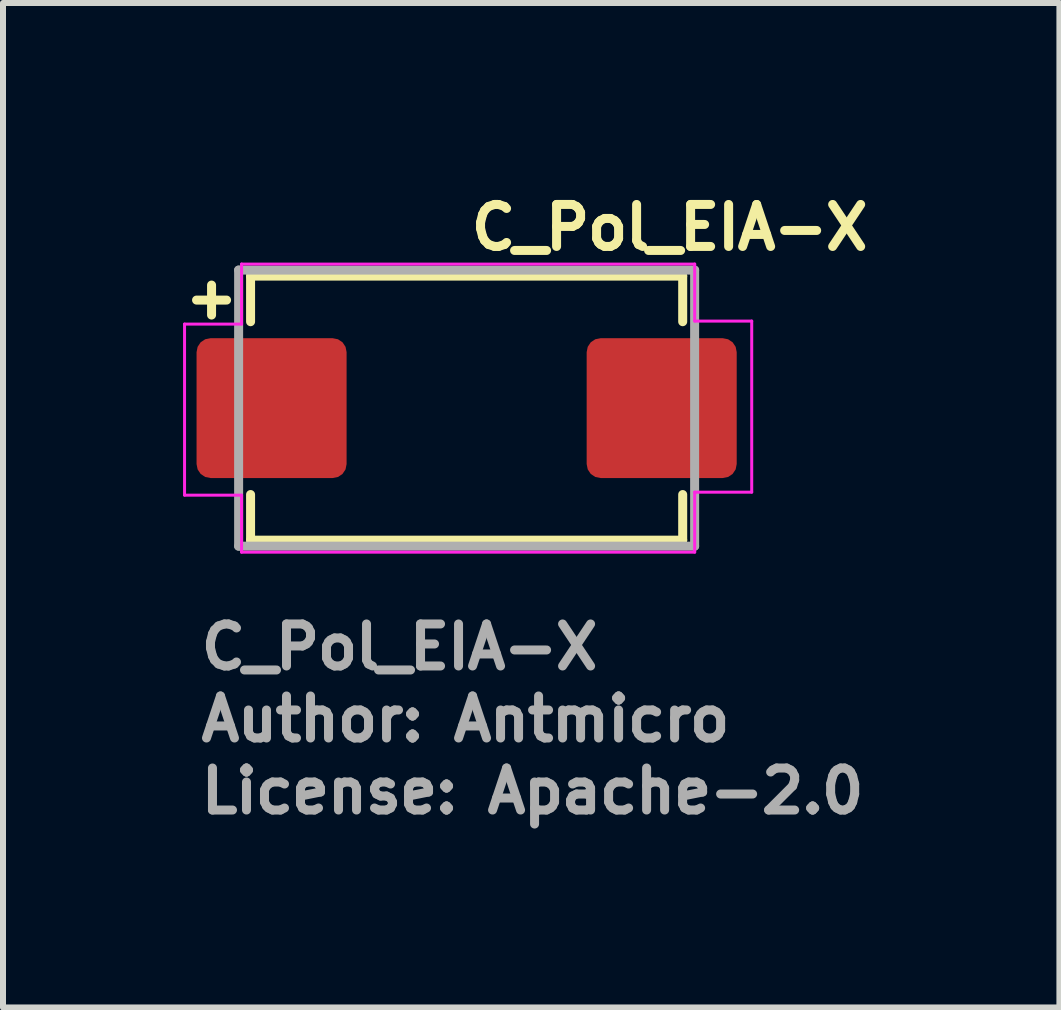
<source format=kicad_pcb>
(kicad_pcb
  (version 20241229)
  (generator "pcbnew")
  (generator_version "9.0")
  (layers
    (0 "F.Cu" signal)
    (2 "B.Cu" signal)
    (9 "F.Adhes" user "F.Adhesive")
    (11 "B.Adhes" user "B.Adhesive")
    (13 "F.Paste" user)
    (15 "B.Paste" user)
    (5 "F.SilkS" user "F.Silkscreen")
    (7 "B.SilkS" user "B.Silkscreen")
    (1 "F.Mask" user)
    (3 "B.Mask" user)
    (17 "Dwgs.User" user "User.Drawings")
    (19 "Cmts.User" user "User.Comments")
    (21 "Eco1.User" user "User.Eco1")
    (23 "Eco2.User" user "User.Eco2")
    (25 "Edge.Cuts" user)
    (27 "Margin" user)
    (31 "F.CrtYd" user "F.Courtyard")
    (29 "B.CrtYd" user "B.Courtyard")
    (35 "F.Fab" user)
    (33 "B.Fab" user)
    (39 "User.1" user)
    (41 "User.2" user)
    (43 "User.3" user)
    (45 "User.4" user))
  (footprint "C_Pol_EIA-X"
    (layer "F.Cu")
    (at 4.725 3.75)
    (property "Reference" "C_Pol_EIA-X" (at 0 -2.6 0) (layer "F.SilkS") (effects (font (size 0.7 0.7) (thickness 0.15)) (justify left bottom)))
    (attr smd)
    (fp_line (start -4.5 -1.8) (end -4 -1.8) (stroke (width 0.15) (type solid)) (layer "F.SilkS"))
    (fp_line (start -4.25 -2.05) (end -4.25 -1.551) (stroke (width 0.15) (type solid)) (layer "F.SilkS"))
    (fp_line (start -3.6 -2.2) (end 3.6 -2.2) (stroke (width 0.15) (type solid)) (layer "F.SilkS"))
    (fp_line (start -3.6 -1.44) (end -3.6 -2.2) (stroke (width 0.15) (type solid)) (layer "F.SilkS"))
    (fp_line (start -3.6 2.2) (end -3.6 1.44) (stroke (width 0.15) (type solid)) (layer "F.SilkS"))
    (fp_line (start -3.6 2.2) (end 3.6 2.2) (stroke (width 0.15) (type solid)) (layer "F.SilkS"))
    (fp_line (start 3.6 -1.44) (end 3.6 -2.2) (stroke (width 0.15) (type solid)) (layer "F.SilkS"))
    (fp_line (start 3.6 2.2) (end 3.6 1.44) (stroke (width 0.15) (type solid)) (layer "F.SilkS"))
    (fp_line (start -4.7 -1.4) (end -4.7 1.45) (stroke (width 0.05) (type solid)) (layer "F.CrtYd"))
    (fp_line (start -4.7 -1.4) (end -3.75 -1.4) (stroke (width 0.05) (type solid)) (layer "F.CrtYd"))
    (fp_line (start -3.75 -2.4) (end -3.75 -1.4) (stroke (width 0.05) (type solid)) (layer "F.CrtYd"))
    (fp_line (start -3.75 -2.4) (end 3.8 -2.4) (stroke (width 0.05) (type solid)) (layer "F.CrtYd"))
    (fp_line (start -3.75 1.45) (end -4.7 1.45) (stroke (width 0.05) (type solid)) (layer "F.CrtYd"))
    (fp_line (start -3.75 1.45) (end -3.75 2.4) (stroke (width 0.05) (type solid)) (layer "F.CrtYd"))
    (fp_line (start -3.75 2.4) (end 3.8 2.4) (stroke (width 0.05) (type solid)) (layer "F.CrtYd"))
    (fp_line (start 3.8 -1.45) (end 3.8 -2.4) (stroke (width 0.05) (type solid)) (layer "F.CrtYd"))
    (fp_line (start 3.8 -1.45) (end 4.75 -1.45) (stroke (width 0.05) (type solid)) (layer "F.CrtYd"))
    (fp_line (start 3.8 2.4) (end 3.8 1.4) (stroke (width 0.05) (type solid)) (layer "F.CrtYd"))
    (fp_line (start 4.75 1.4) (end 3.8 1.4) (stroke (width 0.05) (type solid)) (layer "F.CrtYd"))
    (fp_line (start 4.75 1.4) (end 4.75 -1.45) (stroke (width 0.05) (type solid)) (layer "F.CrtYd"))
    (fp_line (start -3.799 -2.3) (end 3.799 -2.3) (stroke (width 0.15) (type solid)) (layer "F.Fab"))
    (fp_line (start -3.799 2.3) (end -3.799 -2.3) (stroke (width 0.15) (type solid)) (layer "F.Fab"))
    (fp_line (start 3.799 -2.3) (end 3.799 2.3) (stroke (width 0.15) (type solid)) (layer "F.Fab"))
    (fp_line (start 3.799 2.3) (end -3.799 2.3) (stroke (width 0.15) (type solid)) (layer "F.Fab"))
    (fp_rect (start -3.65 -2.149) (end 3.65 2.149) (stroke (width 0.1) (type solid)) (fill no) (layer "User.5"))
    (fp_line (start -3.65 -1.2) (end -3.549 -1.2) (stroke (width 0.02) (type solid)) (layer "User.9"))
    (fp_line (start -3.65 -0.5) (end -3.65 -1.2) (stroke (width 0.02) (type solid)) (layer "User.9"))
    (fp_line (start -3.65 -0.5) (end -3.65 0.5) (stroke (width 0.02) (type solid)) (layer "User.9"))
    (fp_line (start -3.65 0.5) (end -3.549 0.5) (stroke (width 0.02) (type solid)) (layer "User.9"))
    (fp_line (start -3.65 1.05) (end -3.65 0.5) (stroke (width 0.02) (type solid)) (layer "User.9"))
    (fp_line (start -3.549 -1.2) (end -3.52 -1.2) (stroke (width 0.02) (type solid)) (layer "User.9"))
    (fp_line (start -3.549 -0.5) (end -3.65 -0.5) (stroke (width 0.02) (type solid)) (layer "User.9"))
    (fp_line (start -3.549 1.05) (end -3.65 1.05) (stroke (width 0.02) (type solid)) (layer "User.9"))
    (fp_line (start -3.52 -1.2) (end -3.519 -1.2) (stroke (width 0.02) (type solid)) (layer "User.9"))
    (fp_line (start -3.52 -0.5) (end -3.549 -0.5) (stroke (width 0.02) (type solid)) (layer "User.9"))
    (fp_line (start -3.52 -0.5) (end -3.52 -1.2) (stroke (width 0.02) (type solid)) (layer "User.9"))
    (fp_line (start -3.52 -0.5) (end -3.519 -0.5) (stroke (width 0.02) (type solid)) (layer "User.9"))
    (fp_line (start -3.52 0.5) (end -3.549 0.5) (stroke (width 0.02) (type solid)) (layer "User.9"))
    (fp_line (start -3.52 0.5) (end -3.52 -0.5) (stroke (width 0.02) (type solid)) (layer "User.9"))
    (fp_line (start -3.52 1.05) (end -3.549 1.05) (stroke (width 0.02) (type solid)) (layer "User.9"))
    (fp_line (start -3.52 1.05) (end -3.52 0.5) (stroke (width 0.02) (type solid)) (layer "User.9"))
    (fp_line (start -3.519 -2.105) (end -3.519 -2.102) (stroke (width 0.02) (type solid)) (layer "User.9"))
    (fp_line (start -3.519 -2.102) (end -3.519 -2.099) (stroke (width 0.02) (type solid)) (layer "User.9"))
    (fp_line (start -3.519 0.5) (end -3.52 0.5) (stroke (width 0.02) (type solid)) (layer "User.9"))
    (fp_line (start -3.519 1.05) (end -3.52 1.05) (stroke (width 0.02) (type solid)) (layer "User.9"))
    (fp_line (start -3.519 2.099) (end -3.519 -2.099) (stroke (width 0.02) (type solid)) (layer "User.9"))
    (fp_line (start -3.519 2.099) (end -3.519 2.102) (stroke (width 0.02) (type solid)) (layer "User.9"))
    (fp_line (start -3.519 2.102) (end -3.519 2.105) (stroke (width 0.02) (type solid)) (layer "User.9"))
    (fp_line (start -3.519 2.105) (end -3.518 2.108) (stroke (width 0.02) (type solid)) (layer "User.9"))
    (fp_line (start -3.518 -2.111) (end -3.518 -2.108) (stroke (width 0.02) (type solid)) (layer "User.9"))
    (fp_line (start -3.518 -2.108) (end -3.519 -2.105) (stroke (width 0.02) (type solid)) (layer "User.9"))
    (fp_line (start -3.518 -2.108) (end -3.518 -2.105) (stroke (width 0.02) (type solid)) (layer "User.9"))
    (fp_line (start -3.518 -2.105) (end -3.518 -2.102) (stroke (width 0.02) (type solid)) (layer "User.9"))
    (fp_line (start -3.518 -2.102) (end -3.518 -2.099) (stroke (width 0.02) (type solid)) (layer "User.9"))
    (fp_line (start -3.518 2.099) (end -3.518 2.102) (stroke (width 0.02) (type solid)) (layer "User.9"))
    (fp_line (start -3.518 2.102) (end -3.518 2.105) (stroke (width 0.02) (type solid)) (layer "User.9"))
    (fp_line (start -3.518 2.105) (end -3.518 2.108) (stroke (width 0.02) (type solid)) (layer "User.9"))
    (fp_line (start -3.518 2.108) (end -3.518 2.111) (stroke (width 0.02) (type solid)) (layer "User.9"))
    (fp_line (start -3.518 2.108) (end -3.517 2.111) (stroke (width 0.02) (type solid)) (layer "User.9"))
    (fp_line (start -3.518 2.111) (end -3.517 2.113) (stroke (width 0.02) (type solid)) (layer "User.9"))
    (fp_line (start -3.517 -2.113) (end -3.518 -2.111) (stroke (width 0.02) (type solid)) (layer "User.9"))
    (fp_line (start -3.517 -2.113) (end -3.517 -2.111) (stroke (width 0.02) (type solid)) (layer "User.9"))
    (fp_line (start -3.517 -2.111) (end -3.518 -2.108) (stroke (width 0.02) (type solid)) (layer "User.9"))
    (fp_line (start -3.517 2.111) (end -3.517 2.113) (stroke (width 0.02) (type solid)) (layer "User.9"))
    (fp_line (start -3.517 2.113) (end -3.516 2.116) (stroke (width 0.02) (type solid)) (layer "User.9"))
    (fp_line (start -3.517 2.113) (end -3.516 2.116) (stroke (width 0.02) (type solid)) (layer "User.9"))
    (fp_line (start -3.516 -2.116) (end -3.517 -2.113) (stroke (width 0.02) (type solid)) (layer "User.9"))
    (fp_line (start -3.516 -2.116) (end -3.517 -2.113) (stroke (width 0.02) (type solid)) (layer "User.9"))
    (fp_line (start -3.516 2.116) (end -3.515 2.119) (stroke (width 0.02) (type solid)) (layer "User.9"))
    (fp_line (start -3.516 2.116) (end -3.515 2.119) (stroke (width 0.02) (type solid)) (layer "User.9"))
    (fp_line (start -3.515 -2.119) (end -3.516 -2.116) (stroke (width 0.02) (type solid)) (layer "User.9"))
    (fp_line (start -3.515 -2.119) (end -3.516 -2.116) (stroke (width 0.02) (type solid)) (layer "User.9"))
    (fp_line (start -3.515 2.119) (end -3.514 2.121) (stroke (width 0.02) (type solid)) (layer "User.9"))
    (fp_line (start -3.515 2.119) (end -3.514 2.121) (stroke (width 0.02) (type solid)) (layer "User.9"))
    (fp_line (start -3.514 -2.121) (end -3.515 -2.119) (stroke (width 0.02) (type solid)) (layer "User.9"))
    (fp_line (start -3.514 -2.121) (end -3.515 -2.119) (stroke (width 0.02) (type solid)) (layer "User.9"))
    (fp_line (start -3.514 2.121) (end -3.512 2.124) (stroke (width 0.02) (type solid)) (layer "User.9"))
    (fp_line (start -3.514 2.121) (end -3.512 2.124) (stroke (width 0.02) (type solid)) (layer "User.9"))
    (fp_line (start -3.512 -2.124) (end -3.514 -2.121) (stroke (width 0.02) (type solid)) (layer "User.9"))
    (fp_line (start -3.512 -2.124) (end -3.514 -2.121) (stroke (width 0.02) (type solid)) (layer "User.9"))
    (fp_line (start -3.512 2.124) (end -3.511 2.126) (stroke (width 0.02) (type solid)) (layer "User.9"))
    (fp_line (start -3.512 2.124) (end -3.511 2.126) (stroke (width 0.02) (type solid)) (layer "User.9"))
    (fp_line (start -3.511 -2.126) (end -3.512 -2.124) (stroke (width 0.02) (type solid)) (layer "User.9"))
    (fp_line (start -3.511 -2.126) (end -3.512 -2.124) (stroke (width 0.02) (type solid)) (layer "User.9"))
    (fp_line (start -3.511 2.126) (end -3.509 2.129) (stroke (width 0.02) (type solid)) (layer "User.9"))
    (fp_line (start -3.511 2.126) (end -3.509 2.129) (stroke (width 0.02) (type solid)) (layer "User.9"))
    (fp_line (start -3.509 -2.129) (end -3.511 -2.126) (stroke (width 0.02) (type solid)) (layer "User.9"))
    (fp_line (start -3.509 -2.129) (end -3.511 -2.126) (stroke (width 0.02) (type solid)) (layer "User.9"))
    (fp_line (start -3.509 2.129) (end -3.508 2.131) (stroke (width 0.02) (type solid)) (layer "User.9"))
    (fp_line (start -3.509 2.129) (end -3.507 2.131) (stroke (width 0.02) (type solid)) (layer "User.9"))
    (fp_line (start -3.508 -2.131) (end -3.509 -2.129) (stroke (width 0.02) (type solid)) (layer "User.9"))
    (fp_line (start -3.508 2.131) (end -3.506 2.133) (stroke (width 0.02) (type solid)) (layer "User.9"))
    (fp_line (start -3.507 -2.131) (end -3.509 -2.129) (stroke (width 0.02) (type solid)) (layer "User.9"))
    (fp_line (start -3.507 2.131) (end -3.506 2.133) (stroke (width 0.02) (type solid)) (layer "User.9"))
    (fp_line (start -3.506 -2.133) (end -3.508 -2.131) (stroke (width 0.02) (type solid)) (layer "User.9"))
    (fp_line (start -3.506 -2.133) (end -3.507 -2.131) (stroke (width 0.02) (type solid)) (layer "User.9"))
    (fp_line (start -3.506 2.133) (end -3.504 2.135) (stroke (width 0.02) (type solid)) (layer "User.9"))
    (fp_line (start -3.506 2.133) (end -3.504 2.135) (stroke (width 0.02) (type solid)) (layer "User.9"))
    (fp_line (start -3.504 -2.135) (end -3.506 -2.133) (stroke (width 0.02) (type solid)) (layer "User.9"))
    (fp_line (start -3.504 -2.135) (end -3.506 -2.133) (stroke (width 0.02) (type solid)) (layer "User.9"))
    (fp_line (start -3.504 2.135) (end -3.501 2.137) (stroke (width 0.02) (type solid)) (layer "User.9"))
    (fp_line (start -3.504 2.135) (end -3.501 2.137) (stroke (width 0.02) (type solid)) (layer "User.9"))
    (fp_line (start -3.501 -2.137) (end -3.504 -2.135) (stroke (width 0.02) (type solid)) (layer "User.9"))
    (fp_line (start -3.501 -2.137) (end -3.504 -2.135) (stroke (width 0.02) (type solid)) (layer "User.9"))
    (fp_line (start -3.501 2.137) (end -3.499 2.139) (stroke (width 0.02) (type solid)) (layer "User.9"))
    (fp_line (start -3.501 2.137) (end -3.499 2.139) (stroke (width 0.02) (type solid)) (layer "User.9"))
    (fp_line (start -3.499 -2.139) (end -3.501 -2.137) (stroke (width 0.02) (type solid)) (layer "User.9"))
    (fp_line (start -3.499 -2.139) (end -3.501 -2.137) (stroke (width 0.02) (type solid)) (layer "User.9"))
    (fp_line (start -3.499 -2.139) (end -3.499 -2.139) (stroke (width 0.02) (type solid)) (layer "User.9"))
    (fp_line (start -3.499 2.139) (end -3.499 2.139) (stroke (width 0.02) (type solid)) (layer "User.9"))
    (fp_line (start -3.499 2.139) (end -3.497 2.14) (stroke (width 0.02) (type solid)) (layer "User.9"))
    (fp_line (start -3.497 -2.14) (end -3.499 -2.139) (stroke (width 0.02) (type solid)) (layer "User.9"))
    (fp_line (start -3.497 2.14) (end -3.496 2.141) (stroke (width 0.02) (type solid)) (layer "User.9"))
    (fp_line (start -3.496 -2.141) (end -3.497 -2.14) (stroke (width 0.02) (type solid)) (layer "User.9"))
    (fp_line (start -3.496 2.141) (end -3.494 2.142) (stroke (width 0.02) (type solid)) (layer "User.9"))
    (fp_line (start -3.494 -2.142) (end -3.496 -2.141) (stroke (width 0.02) (type solid)) (layer "User.9"))
    (fp_line (start -3.494 2.142) (end -3.492 2.143) (stroke (width 0.02) (type solid)) (layer "User.9"))
    (fp_line (start -3.492 -2.143) (end -3.494 -2.142) (stroke (width 0.02) (type solid)) (layer "User.9"))
    (fp_line (start -3.492 2.143) (end -3.49 2.144) (stroke (width 0.02) (type solid)) (layer "User.9"))
    (fp_line (start -3.49 -2.144) (end -3.492 -2.143) (stroke (width 0.02) (type solid)) (layer "User.9"))
    (fp_line (start -3.49 2.144) (end -3.488 2.145) (stroke (width 0.02) (type solid)) (layer "User.9"))
    (fp_line (start -3.488 -2.145) (end -3.49 -2.144) (stroke (width 0.02) (type solid)) (layer "User.9"))
    (fp_line (start -3.488 2.145) (end -3.487 2.146) (stroke (width 0.02) (type solid)) (layer "User.9"))
    (fp_line (start -3.487 -2.146) (end -3.488 -2.145) (stroke (width 0.02) (type solid)) (layer "User.9"))
    (fp_line (start -3.487 2.146) (end -3.485 2.147) (stroke (width 0.02) (type solid)) (layer "User.9"))
    (fp_line (start -3.485 -2.147) (end -3.487 -2.146) (stroke (width 0.02) (type solid)) (layer "User.9"))
    (fp_line (start -3.485 2.147) (end -3.483 2.147) (stroke (width 0.02) (type solid)) (layer "User.9"))
    (fp_line (start -3.483 -2.147) (end -3.485 -2.147) (stroke (width 0.02) (type solid)) (layer "User.9"))
    (fp_line (start -3.483 2.147) (end -3.481 2.148) (stroke (width 0.02) (type solid)) (layer "User.9"))
    (fp_line (start -3.481 -2.148) (end -3.483 -2.147) (stroke (width 0.02) (type solid)) (layer "User.9"))
    (fp_line (start -3.481 2.148) (end -3.479 2.148) (stroke (width 0.02) (type solid)) (layer "User.9"))
    (fp_line (start -3.479 -2.148) (end -3.481 -2.148) (stroke (width 0.02) (type solid)) (layer "User.9"))
    (fp_line (start -3.479 2.148) (end -3.477 2.148) (stroke (width 0.02) (type solid)) (layer "User.9"))
    (fp_line (start -3.477 -2.148) (end -3.479 -2.148) (stroke (width 0.02) (type solid)) (layer "User.9"))
    (fp_line (start -3.477 2.148) (end -3.475 2.149) (stroke (width 0.02) (type solid)) (layer "User.9"))
    (fp_line (start -3.475 -2.149) (end -3.477 -2.148) (stroke (width 0.02) (type solid)) (layer "User.9"))
    (fp_line (start -3.475 2.149) (end -3.473 2.149) (stroke (width 0.02) (type solid)) (layer "User.9"))
    (fp_line (start -3.473 -2.149) (end -3.475 -2.149) (stroke (width 0.02) (type solid)) (layer "User.9"))
    (fp_line (start -3.473 2.149) (end -3.471 2.149) (stroke (width 0.02) (type solid)) (layer "User.9"))
    (fp_line (start -3.471 -2.149) (end -3.473 -2.149) (stroke (width 0.02) (type solid)) (layer "User.9"))
    (fp_line (start -3.471 2.149) (end -3.469 2.149) (stroke (width 0.02) (type solid)) (layer "User.9"))
    (fp_line (start -3.469 -2.149) (end -3.471 -2.149) (stroke (width 0.02) (type solid)) (layer "User.9"))
    (fp_line (start 3.469 -2.149) (end -3.469 -2.149) (stroke (width 0.02) (type solid)) (layer "User.9"))
    (fp_line (start 3.469 2.149) (end -3.469 2.149) (stroke (width 0.02) (type solid)) (layer "User.9"))
    (fp_line (start 3.469 2.149) (end 3.471 2.149) (stroke (width 0.02) (type solid)) (layer "User.9"))
    (fp_line (start 3.471 -2.149) (end 3.469 -2.149) (stroke (width 0.02) (type solid)) (layer "User.9"))
    (fp_line (start 3.471 2.149) (end 3.473 2.149) (stroke (width 0.02) (type solid)) (layer "User.9"))
    (fp_line (start 3.473 -2.149) (end 3.471 -2.149) (stroke (width 0.02) (type solid)) (layer "User.9"))
    (fp_line (start 3.473 2.149) (end 3.475 2.149) (stroke (width 0.02) (type solid)) (layer "User.9"))
    (fp_line (start 3.475 -2.149) (end 3.473 -2.149) (stroke (width 0.02) (type solid)) (layer "User.9"))
    (fp_line (start 3.475 2.149) (end 3.477 2.149) (stroke (width 0.02) (type solid)) (layer "User.9"))
    (fp_line (start 3.477 -2.149) (end 3.475 -2.149) (stroke (width 0.02) (type solid)) (layer "User.9"))
    (fp_line (start 3.477 2.149) (end 3.479 2.148) (stroke (width 0.02) (type solid)) (layer "User.9"))
    (fp_line (start 3.479 -2.148) (end 3.477 -2.149) (stroke (width 0.02) (type solid)) (layer "User.9"))
    (fp_line (start 3.479 2.148) (end 3.48 2.148) (stroke (width 0.02) (type solid)) (layer "User.9"))
    (fp_line (start 3.48 -2.148) (end 3.479 -2.148) (stroke (width 0.02) (type solid)) (layer "User.9"))
    (fp_line (start 3.48 2.148) (end 3.482 2.147) (stroke (width 0.02) (type solid)) (layer "User.9"))
    (fp_line (start 3.482 -2.147) (end 3.48 -2.148) (stroke (width 0.02) (type solid)) (layer "User.9"))
    (fp_line (start 3.482 2.147) (end 3.484 2.147) (stroke (width 0.02) (type solid)) (layer "User.9"))
    (fp_line (start 3.484 -2.147) (end 3.482 -2.147) (stroke (width 0.02) (type solid)) (layer "User.9"))
    (fp_line (start 3.484 2.147) (end 3.486 2.146) (stroke (width 0.02) (type solid)) (layer "User.9"))
    (fp_line (start 3.486 -2.146) (end 3.484 -2.147) (stroke (width 0.02) (type solid)) (layer "User.9"))
    (fp_line (start 3.486 2.146) (end 3.488 2.145) (stroke (width 0.02) (type solid)) (layer "User.9"))
    (fp_line (start 3.488 -2.145) (end 3.486 -2.146) (stroke (width 0.02) (type solid)) (layer "User.9"))
    (fp_line (start 3.488 2.145) (end 3.49 2.145) (stroke (width 0.02) (type solid)) (layer "User.9"))
    (fp_line (start 3.49 -2.145) (end 3.488 -2.145) (stroke (width 0.02) (type solid)) (layer "User.9"))
    (fp_line (start 3.49 2.145) (end 3.491 2.144) (stroke (width 0.02) (type solid)) (layer "User.9"))
    (fp_line (start 3.491 -2.144) (end 3.49 -2.145) (stroke (width 0.02) (type solid)) (layer "User.9"))
    (fp_line (start 3.491 2.144) (end 3.493 2.143) (stroke (width 0.02) (type solid)) (layer "User.9"))
    (fp_line (start 3.493 -2.143) (end 3.491 -2.144) (stroke (width 0.02) (type solid)) (layer "User.9"))
    (fp_line (start 3.493 2.143) (end 3.495 2.142) (stroke (width 0.02) (type solid)) (layer "User.9"))
    (fp_line (start 3.495 -2.142) (end 3.493 -2.143) (stroke (width 0.02) (type solid)) (layer "User.9"))
    (fp_line (start 3.495 2.142) (end 3.496 2.141) (stroke (width 0.02) (type solid)) (layer "User.9"))
    (fp_line (start 3.496 -2.141) (end 3.495 -2.142) (stroke (width 0.02) (type solid)) (layer "User.9"))
    (fp_line (start 3.496 2.141) (end 3.498 2.14) (stroke (width 0.02) (type solid)) (layer "User.9"))
    (fp_line (start 3.498 -2.14) (end 3.496 -2.141) (stroke (width 0.02) (type solid)) (layer "User.9"))
    (fp_line (start 3.498 -2.14) (end 3.498 -2.14) (stroke (width 0.02) (type solid)) (layer "User.9"))
    (fp_line (start 3.498 2.14) (end 3.498 2.14) (stroke (width 0.02) (type solid)) (layer "User.9"))
    (fp_line (start 3.498 2.14) (end 3.501 2.138) (stroke (width 0.02) (type solid)) (layer "User.9"))
    (fp_line (start 3.498 2.14) (end 3.501 2.138) (stroke (width 0.02) (type solid)) (layer "User.9"))
    (fp_line (start 3.501 -2.138) (end 3.498 -2.14) (stroke (width 0.02) (type solid)) (layer "User.9"))
    (fp_line (start 3.501 -2.138) (end 3.498 -2.14) (stroke (width 0.02) (type solid)) (layer "User.9"))
    (fp_line (start 3.501 2.138) (end 3.503 2.136) (stroke (width 0.02) (type solid)) (layer "User.9"))
    (fp_line (start 3.501 2.138) (end 3.503 2.136) (stroke (width 0.02) (type solid)) (layer "User.9"))
    (fp_line (start 3.503 -2.136) (end 3.501 -2.138) (stroke (width 0.02) (type solid)) (layer "User.9"))
    (fp_line (start 3.503 -2.136) (end 3.501 -2.138) (stroke (width 0.02) (type solid)) (layer "User.9"))
    (fp_line (start 3.503 2.136) (end 3.505 2.134) (stroke (width 0.02) (type solid)) (layer "User.9"))
    (fp_line (start 3.503 2.136) (end 3.505 2.134) (stroke (width 0.02) (type solid)) (layer "User.9"))
    (fp_line (start 3.505 -2.134) (end 3.503 -2.136) (stroke (width 0.02) (type solid)) (layer "User.9"))
    (fp_line (start 3.505 -2.134) (end 3.503 -2.136) (stroke (width 0.02) (type solid)) (layer "User.9"))
    (fp_line (start 3.505 2.134) (end 3.507 2.131) (stroke (width 0.02) (type solid)) (layer "User.9"))
    (fp_line (start 3.505 2.134) (end 3.507 2.132) (stroke (width 0.02) (type solid)) (layer "User.9"))
    (fp_line (start 3.507 -2.132) (end 3.505 -2.134) (stroke (width 0.02) (type solid)) (layer "User.9"))
    (fp_line (start 3.507 -2.131) (end 3.505 -2.134) (stroke (width 0.02) (type solid)) (layer "User.9"))
    (fp_line (start 3.507 2.131) (end 3.509 2.129) (stroke (width 0.02) (type solid)) (layer "User.9"))
    (fp_line (start 3.507 2.132) (end 3.509 2.129) (stroke (width 0.02) (type solid)) (layer "User.9"))
    (fp_line (start 3.509 -2.129) (end 3.507 -2.132) (stroke (width 0.02) (type solid)) (layer "User.9"))
    (fp_line (start 3.509 -2.129) (end 3.507 -2.131) (stroke (width 0.02) (type solid)) (layer "User.9"))
    (fp_line (start 3.509 2.129) (end 3.51 2.127) (stroke (width 0.02) (type solid)) (layer "User.9"))
    (fp_line (start 3.509 2.129) (end 3.511 2.127) (stroke (width 0.02) (type solid)) (layer "User.9"))
    (fp_line (start 3.51 -2.127) (end 3.509 -2.129) (stroke (width 0.02) (type solid)) (layer "User.9"))
    (fp_line (start 3.51 2.127) (end 3.512 2.124) (stroke (width 0.02) (type solid)) (layer "User.9"))
    (fp_line (start 3.511 -2.127) (end 3.509 -2.129) (stroke (width 0.02) (type solid)) (layer "User.9"))
    (fp_line (start 3.511 2.127) (end 3.512 2.124) (stroke (width 0.02) (type solid)) (layer "User.9"))
    (fp_line (start 3.512 -2.124) (end 3.51 -2.127) (stroke (width 0.02) (type solid)) (layer "User.9"))
    (fp_line (start 3.512 -2.124) (end 3.511 -2.127) (stroke (width 0.02) (type solid)) (layer "User.9"))
    (fp_line (start 3.512 2.124) (end 3.513 2.122) (stroke (width 0.02) (type solid)) (layer "User.9"))
    (fp_line (start 3.512 2.124) (end 3.514 2.122) (stroke (width 0.02) (type solid)) (layer "User.9"))
    (fp_line (start 3.513 -2.122) (end 3.512 -2.124) (stroke (width 0.02) (type solid)) (layer "User.9"))
    (fp_line (start 3.513 2.122) (end 3.514 2.119) (stroke (width 0.02) (type solid)) (layer "User.9"))
    (fp_line (start 3.514 -2.122) (end 3.512 -2.124) (stroke (width 0.02) (type solid)) (layer "User.9"))
    (fp_line (start 3.514 -2.119) (end 3.513 -2.122) (stroke (width 0.02) (type solid)) (layer "User.9"))
    (fp_line (start 3.514 2.119) (end 3.516 2.116) (stroke (width 0.02) (type solid)) (layer "User.9"))
    (fp_line (start 3.514 2.122) (end 3.515 2.119) (stroke (width 0.02) (type solid)) (layer "User.9"))
    (fp_line (start 3.515 -2.119) (end 3.514 -2.122) (stroke (width 0.02) (type solid)) (layer "User.9"))
    (fp_line (start 3.515 2.119) (end 3.516 2.116) (stroke (width 0.02) (type solid)) (layer "User.9"))
    (fp_line (start 3.516 -2.116) (end 3.514 -2.119) (stroke (width 0.02) (type solid)) (layer "User.9"))
    (fp_line (start 3.516 -2.116) (end 3.515 -2.119) (stroke (width 0.02) (type solid)) (layer "User.9"))
    (fp_line (start 3.516 -2.114) (end 3.516 -2.116) (stroke (width 0.02) (type solid)) (layer "User.9"))
    (fp_line (start 3.516 2.114) (end 3.517 2.111) (stroke (width 0.02) (type solid)) (layer "User.9"))
    (fp_line (start 3.516 2.116) (end 3.516 2.114) (stroke (width 0.02) (type solid)) (layer "User.9"))
    (fp_line (start 3.516 2.116) (end 3.517 2.114) (stroke (width 0.02) (type solid)) (layer "User.9"))
    (fp_line (start 3.517 -2.114) (end 3.516 -2.116) (stroke (width 0.02) (type solid)) (layer "User.9"))
    (fp_line (start 3.517 -2.111) (end 3.516 -2.114) (stroke (width 0.02) (type solid)) (layer "User.9"))
    (fp_line (start 3.517 2.111) (end 3.518 2.108) (stroke (width 0.02) (type solid)) (layer "User.9"))
    (fp_line (start 3.517 2.114) (end 3.518 2.111) (stroke (width 0.02) (type solid)) (layer "User.9"))
    (fp_line (start 3.518 -2.111) (end 3.517 -2.114) (stroke (width 0.02) (type solid)) (layer "User.9"))
    (fp_line (start 3.518 -2.108) (end 3.517 -2.111) (stroke (width 0.02) (type solid)) (layer "User.9"))
    (fp_line (start 3.518 -2.108) (end 3.518 -2.111) (stroke (width 0.02) (type solid)) (layer "User.9"))
    (fp_line (start 3.518 -2.105) (end 3.518 -2.108) (stroke (width 0.02) (type solid)) (layer "User.9"))
    (fp_line (start 3.518 -2.102) (end 3.518 -2.105) (stroke (width 0.02) (type solid)) (layer "User.9"))
    (fp_line (start 3.518 -2.099) (end 3.518 -2.102) (stroke (width 0.02) (type solid)) (layer "User.9"))
    (fp_line (start 3.518 2.102) (end 3.518 2.099) (stroke (width 0.02) (type solid)) (layer "User.9"))
    (fp_line (start 3.518 2.105) (end 3.518 2.102) (stroke (width 0.02) (type solid)) (layer "User.9"))
    (fp_line (start 3.518 2.108) (end 3.518 2.105) (stroke (width 0.02) (type solid)) (layer "User.9"))
    (fp_line (start 3.518 2.108) (end 3.519 2.105) (stroke (width 0.02) (type solid)) (layer "User.9"))
    (fp_line (start 3.518 2.111) (end 3.518 2.108) (stroke (width 0.02) (type solid)) (layer "User.9"))
    (fp_line (start 3.519 -2.105) (end 3.518 -2.108) (stroke (width 0.02) (type solid)) (layer "User.9"))
    (fp_line (start 3.519 -2.102) (end 3.519 -2.105) (stroke (width 0.02) (type solid)) (layer "User.9"))
    (fp_line (start 3.519 -2.099) (end 3.519 -2.102) (stroke (width 0.02) (type solid)) (layer "User.9"))
    (fp_line (start 3.519 -1.05) (end 3.52 -1.05) (stroke (width 0.02) (type solid)) (layer "User.9"))
    (fp_line (start 3.519 2.099) (end 3.519 -2.099) (stroke (width 0.02) (type solid)) (layer "User.9"))
    (fp_line (start 3.519 2.102) (end 3.519 2.099) (stroke (width 0.02) (type solid)) (layer "User.9"))
    (fp_line (start 3.519 2.105) (end 3.519 2.102) (stroke (width 0.02) (type solid)) (layer "User.9"))
    (fp_line (start 3.52 1.05) (end 3.519 1.05) (stroke (width 0.02) (type solid)) (layer "User.9"))
    (fp_line (start 3.52 1.05) (end 3.52 -1.05) (stroke (width 0.02) (type solid)) (layer "User.9"))
    (fp_line (start 3.549 -1.05) (end 3.52 -1.05) (stroke (width 0.02) (type solid)) (layer "User.9"))
    (fp_line (start 3.549 -1.05) (end 3.65 -1.05) (stroke (width 0.02) (type solid)) (layer "User.9"))
    (fp_line (start 3.549 1.05) (end 3.52 1.05) (stroke (width 0.02) (type solid)) (layer "User.9"))
    (fp_line (start 3.65 -1.05) (end 3.65 1.05) (stroke (width 0.02) (type solid)) (layer "User.9"))
    (fp_line (start 3.65 1.05) (end 3.549 1.05) (stroke (width 0.02) (type solid)) (layer "User.9"))
    (fp_text user "${REFERENCE}" (at -4.5 4.39 0) (layer "F.Fab") (effects (font (size 0.7 0.7) (thickness 0.15)) (justify left bottom)))
    (fp_text user "Author: Antmicro" (at -4.5 5.59 0) (layer "F.Fab") (effects (font (size 0.7 0.7) (thickness 0.15)) (justify left bottom)))
    (fp_text user "License: Apache-2.0" (at -4.5 6.79 0) (layer "F.Fab") (effects (font (size 0.7 0.7) (thickness 0.15)) (justify left bottom)))
    (pad "1" smd roundrect (at -3.25 0) (size 2.5 2.33) (layers "F.Cu" "F.Mask" "F.Paste") (roundrect_rratio 0.1))
    (pad "2" smd roundrect (at 3.25 0) (size 2.5 2.33) (layers "F.Cu" "F.Mask" "F.Paste") (roundrect_rratio 0.1)))
  (gr_rect
    (start -3 -3)
    (end 14.602 13.736)
    (stroke (width 0.1) (type default))
    (fill no)
    (layer "Edge.Cuts")))
</source>
